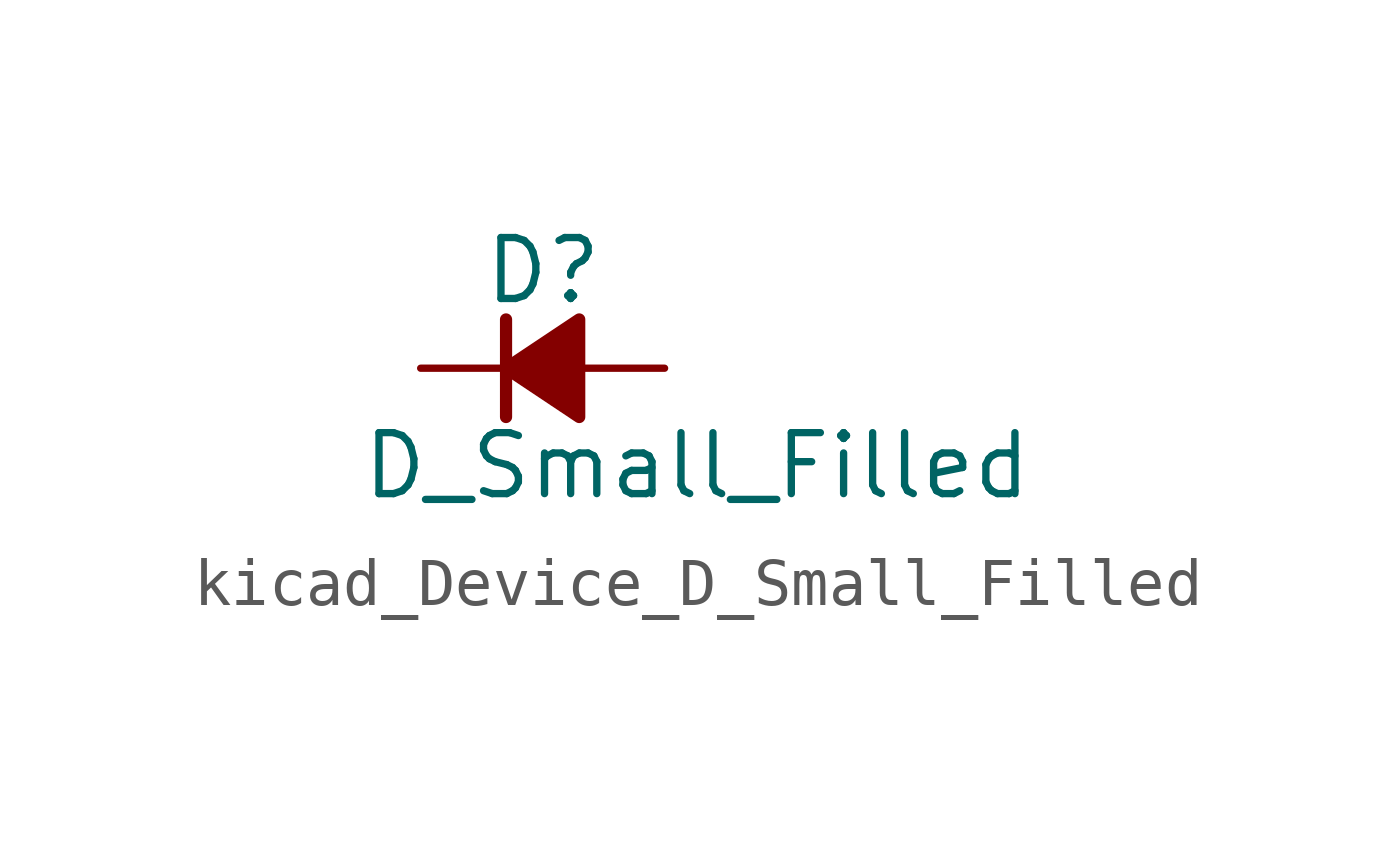
<source format=kicad_sym>
(kicad_symbol_lib
  (version 20220914)
  (generator kicad_symbol_editor)
  (symbol "kicad_Device_D_Small_Filled"
    (pin_numbers hide)
    (pin_names
      (offset 0.254) hide)
    (property "Reference" "D"
      (at -1.27 2.032 0)
      (effects (font (size 1.27 1.27)) (justify left)))
    (property "Value" "D_Small_Filled"
      (at -3.81 -2.032 0)
      (effects (font (size 1.27 1.27)) (justify left)))
    (symbol "kicad_Device_D_Small_Filled_0_1"
      (polyline (pts (xy -0.762 -1.016) (xy -0.762 1.016)) (stroke (width 0.254) (type default)) (fill (type none)))
      (polyline (pts (xy -0.762 0) (xy 0.762 0)) (stroke (width 0) (type default)) (fill (type none)))
      (polyline (pts (xy 0.762 -1.016) (xy -0.762 0) (xy 0.762 1.016) (xy 0.762 -1.016)) (stroke (width 0.254) (type default)) (fill (type outline))))
    (symbol "kicad_Device_D_Small_Filled_1_1"
      (pin passive line (at -2.54 0 0) (length 1.778) (name "K" (effects (font (size 1.27 1.27)))) (number "1" (effects (font (size 1.27 1.27)))))
      (pin passive line (at 2.54 0 180) (length 1.778) (name "A" (effects (font (size 1.27 1.27)))) (number "2" (effects (font (size 1.27 1.27))))))))
</source>
